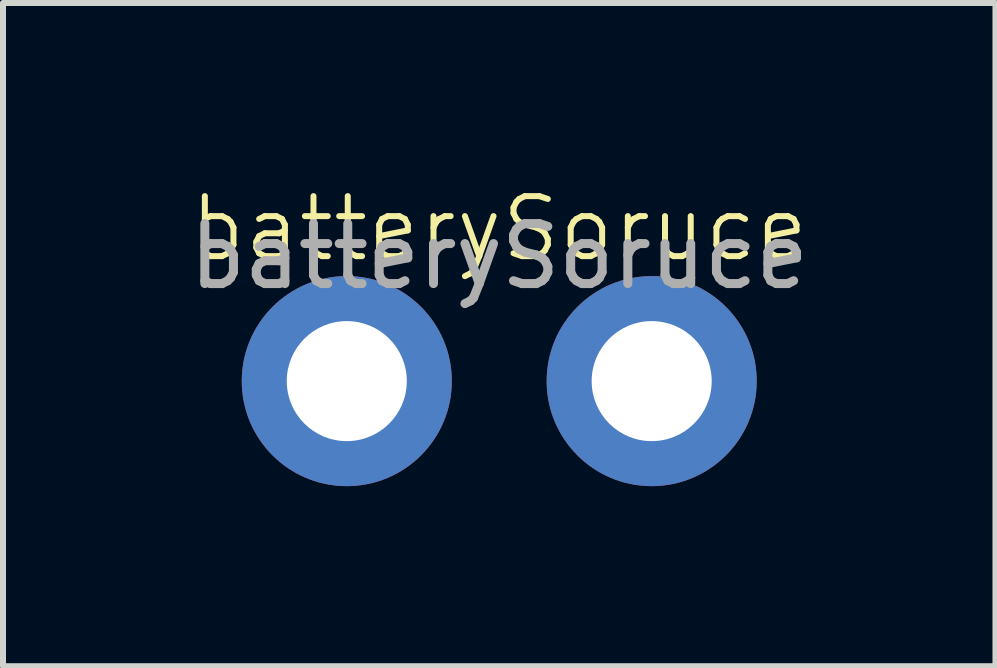
<source format=kicad_pcb>
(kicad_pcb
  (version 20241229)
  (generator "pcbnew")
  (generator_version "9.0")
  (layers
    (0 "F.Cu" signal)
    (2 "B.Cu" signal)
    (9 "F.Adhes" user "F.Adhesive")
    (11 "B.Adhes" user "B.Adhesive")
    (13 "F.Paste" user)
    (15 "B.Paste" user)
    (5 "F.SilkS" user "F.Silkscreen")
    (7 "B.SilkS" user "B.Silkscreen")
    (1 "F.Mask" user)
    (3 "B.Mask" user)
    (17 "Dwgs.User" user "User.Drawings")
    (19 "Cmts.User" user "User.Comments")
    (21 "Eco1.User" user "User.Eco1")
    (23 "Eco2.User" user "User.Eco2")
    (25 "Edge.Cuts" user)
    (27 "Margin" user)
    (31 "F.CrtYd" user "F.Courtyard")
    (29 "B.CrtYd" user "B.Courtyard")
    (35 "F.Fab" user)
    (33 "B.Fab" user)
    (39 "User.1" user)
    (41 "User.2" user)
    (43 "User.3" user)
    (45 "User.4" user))
  (footprint "batterySoruce"
    (layer "F.Cu")
    (at 5.268 3.3)
    (property "Reference" "batterySoruce" (at 0 -2.54 0) (unlocked yes) (layer "F.SilkS") (effects (font (size 1 1) (thickness 0.1))))
    (attr through_hole)
    (fp_text user "${REFERENCE}" (at 0 -2.08 0) (unlocked yes) (layer "F.Fab") (effects (font (size 1 1) (thickness 0.15))))
    (pad "1" thru_hole circle (at -2.54 0) (size 3.5 3.5) (drill 2) (layers "*.Cu" "*.Mask"))
    (pad "2" thru_hole circle (at 2.54 0) (size 3.5 3.5) (drill 2) (layers "*.Cu" "*.Mask")))
  (gr_rect
    (start -3 -3)
    (end 13.536 8.05)
    (stroke (width 0.1) (type default))
    (fill no)
    (layer "Edge.Cuts")))
</source>
